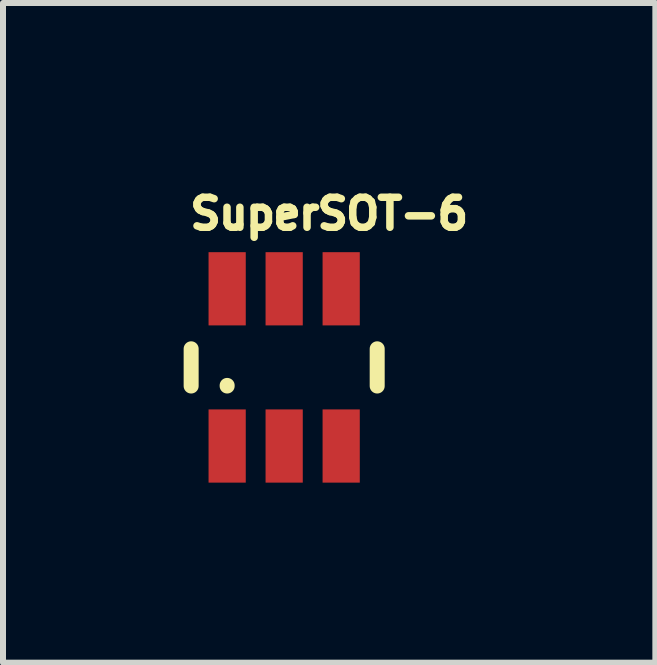
<source format=kicad_pcb>
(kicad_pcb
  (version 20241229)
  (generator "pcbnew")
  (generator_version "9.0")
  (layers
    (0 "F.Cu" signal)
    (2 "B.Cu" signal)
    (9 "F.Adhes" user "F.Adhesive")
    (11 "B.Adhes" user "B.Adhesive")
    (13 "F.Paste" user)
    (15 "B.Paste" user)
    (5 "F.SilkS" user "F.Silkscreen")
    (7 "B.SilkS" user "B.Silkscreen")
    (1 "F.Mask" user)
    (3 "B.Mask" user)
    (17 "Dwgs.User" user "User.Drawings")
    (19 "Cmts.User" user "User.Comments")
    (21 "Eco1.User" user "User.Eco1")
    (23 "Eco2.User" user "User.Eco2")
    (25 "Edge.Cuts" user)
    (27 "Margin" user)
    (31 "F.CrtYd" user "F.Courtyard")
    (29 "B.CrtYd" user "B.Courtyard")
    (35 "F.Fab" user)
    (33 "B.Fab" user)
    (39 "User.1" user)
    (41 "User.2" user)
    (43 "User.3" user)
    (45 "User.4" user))
  (footprint "SuperSOT-6"
    (layer "F.Cu")
    (at 1.665 3.062)
    (property "Reference" "SuperSOT-6" (at 0.77 -2.55 0) (layer "F.SilkS") (effects (font (size 0.5 0.5) (thickness 0.125))))
    (attr through_hole)
    (fp_line (start -1.53 -0.3) (end -1.53 0.32) (stroke (width 0.25) (type solid)) (layer "F.SilkS"))
    (fp_line (start -0.93 0.31) (end -0.93 0.32) (stroke (width 0.25) (type solid)) (layer "F.SilkS"))
    (fp_line (start 1.57 -0.3) (end 1.57 0.32) (stroke (width 0.25) (type solid)) (layer "F.SilkS"))
    (pad "1" smd rect (at -0.93 1.32) (size 0.62 1.22) (layers "F.Cu" "F.Mask" "F.Paste"))
    (pad "2" smd rect (at 0.02 1.32) (size 0.62 1.22) (layers "F.Cu" "F.Mask" "F.Paste"))
    (pad "3" smd rect (at 0.97 1.32) (size 0.62 1.22) (layers "F.Cu" "F.Mask" "F.Paste"))
    (pad "4" smd rect (at 0.97 -1.3) (size 0.62 1.22) (layers "F.Cu" "F.Mask" "F.Paste"))
    (pad "5" smd rect (at 0.02 -1.3) (size 0.62 1.22) (layers "F.Cu" "F.Mask" "F.Paste"))
    (pad "6" smd rect (at -0.93 -1.3) (size 0.62 1.22) (layers "F.Cu" "F.Mask" "F.Paste")))
  (gr_rect
    (start -3 -3)
    (end 7.87 7.992)
    (stroke (width 0.1) (type default))
    (fill no)
    (layer "Edge.Cuts")))
</source>
